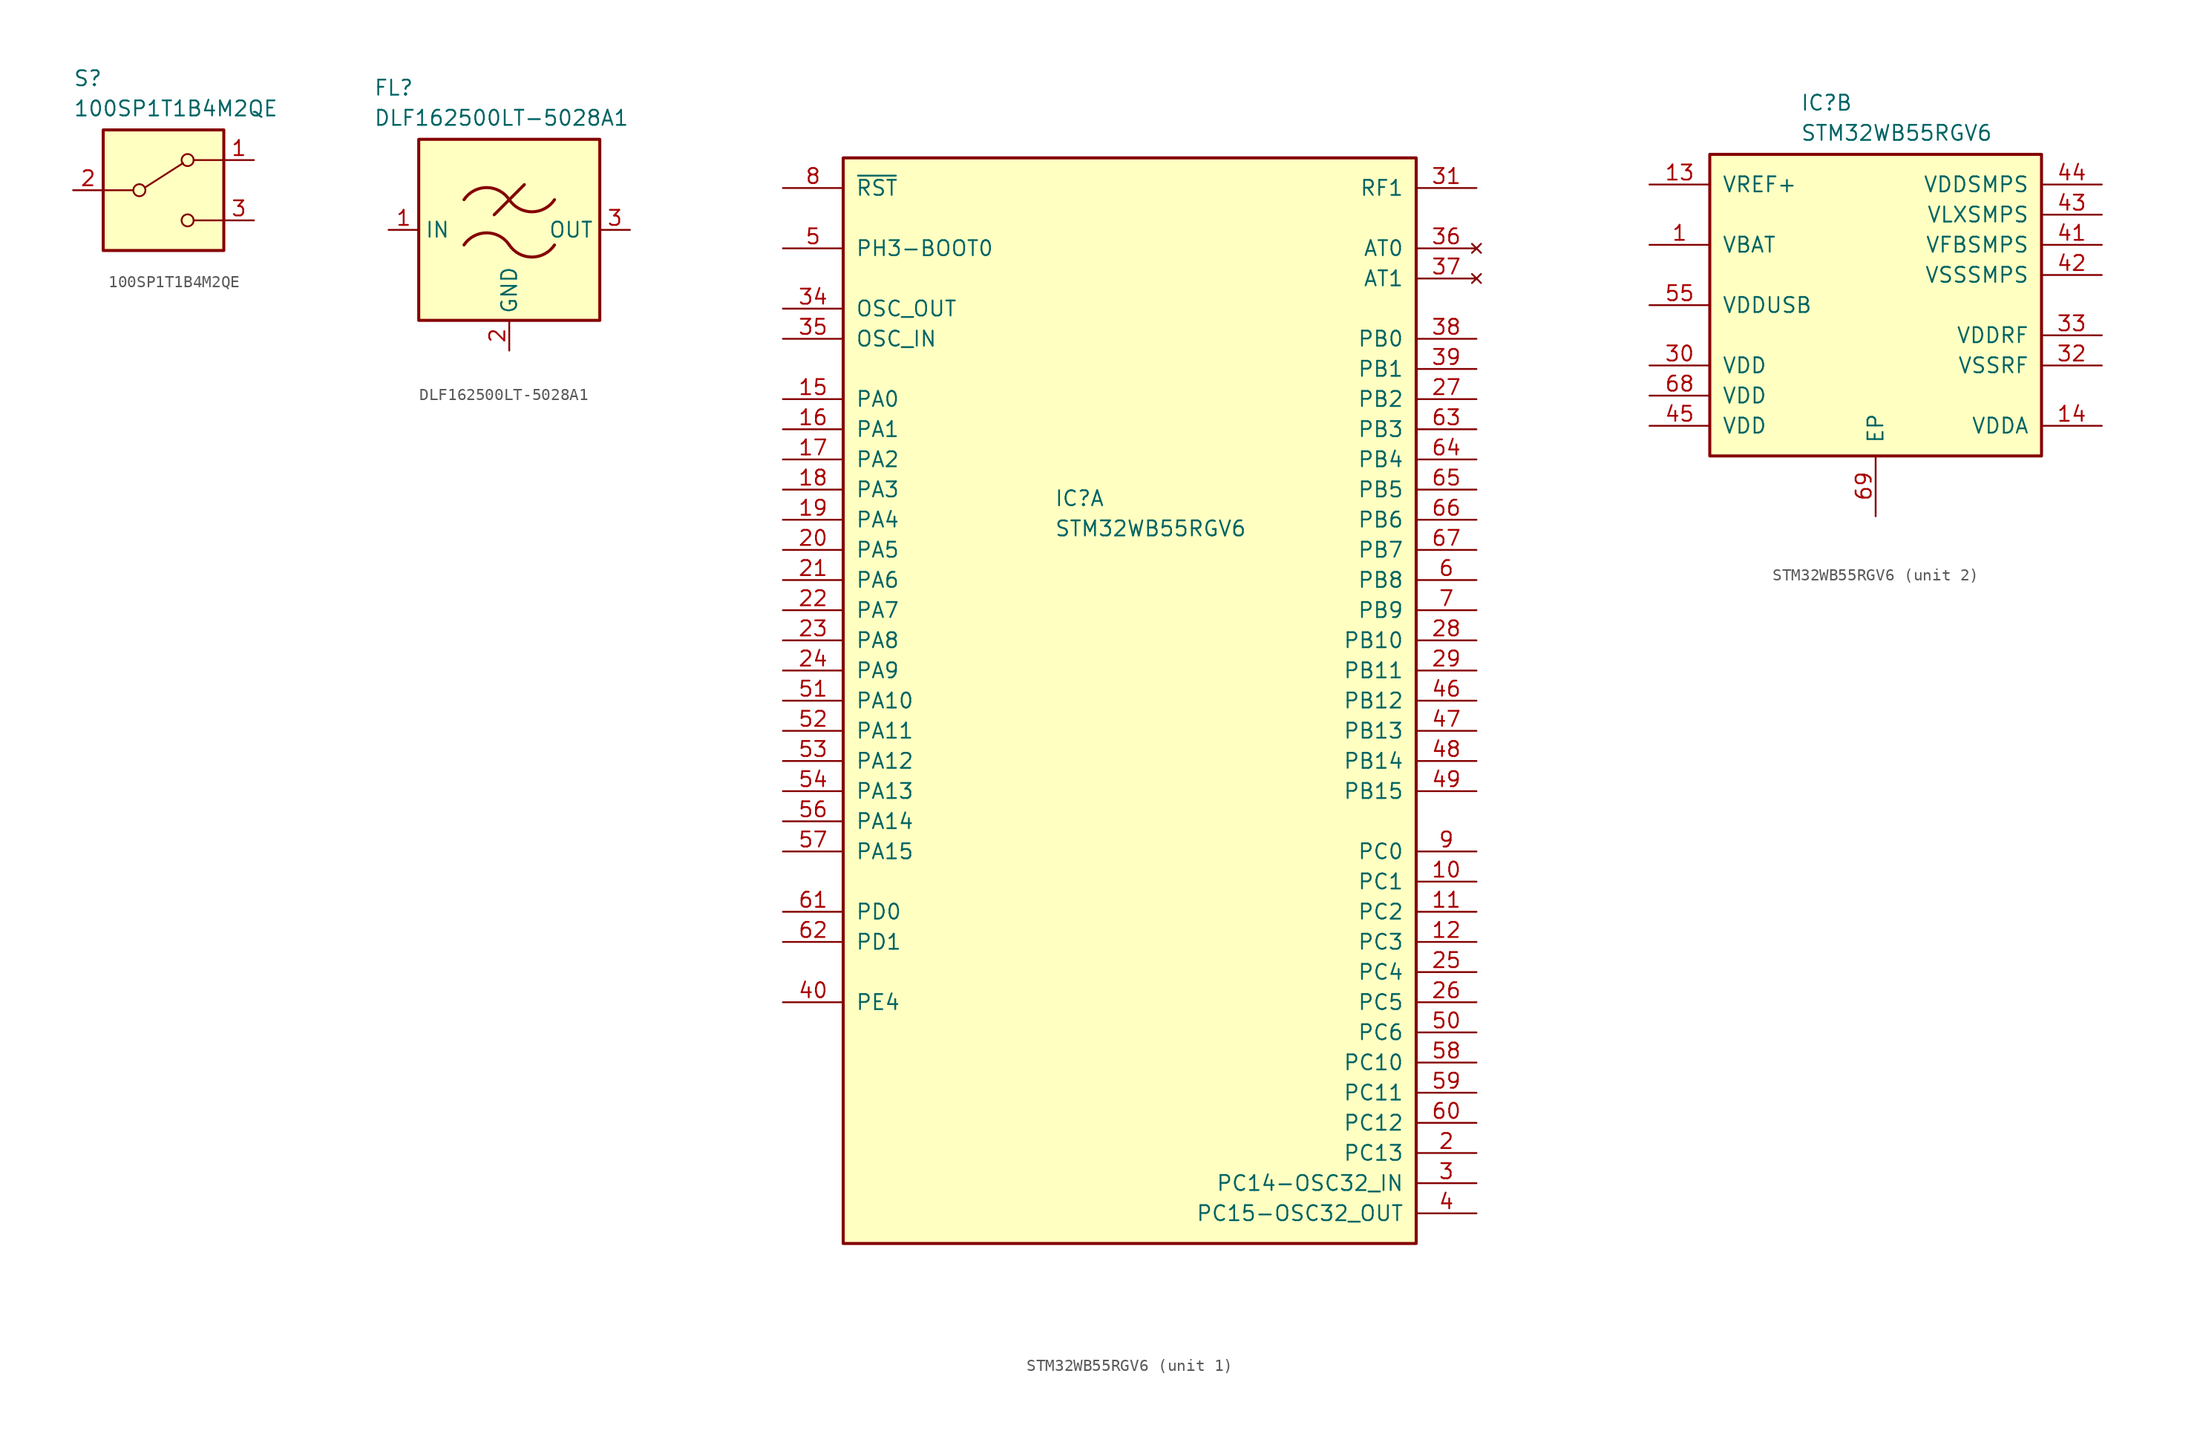
<source format=kicad_sym>
(kicad_symbol_lib
  (version 20220914)
  (generator kicad_symbol_editor)
  (symbol "100SP1T1B4M2QE"
    (pin_names hide)
    (property "Reference" "S"
      (at -7.62 10.16 0)
      (effects (font (size 1.27 1.27)) (justify left top)))
    (property "Value" "100SP1T1B4M2QE"
      (at -7.62 7.62 0)
      (effects (font (size 1.27 1.27)) (justify left top)))
    (symbol "100SP1T1B4M2QE_0_0"
      (circle (center -2.032 0) (radius 0.508) (stroke (width 0) (type default)) (fill (type none)))
      (circle (center 2.032 -2.54) (radius 0.508) (stroke (width 0) (type default)) (fill (type none))))
    (symbol "100SP1T1B4M2QE_0_1"
      (polyline (pts (xy -5.08 0) (xy -2.54 0)) (stroke (width 0) (type default)) (fill (type none)))
      (polyline (pts (xy -1.524 0.254) (xy 1.651 2.286)) (stroke (width 0) (type default)) (fill (type none)))
      (polyline (pts (xy 5.08 -2.54) (xy 2.54 -2.54)) (stroke (width 0) (type default)) (fill (type none)))
      (polyline (pts (xy 5.08 2.54) (xy 2.54 2.54)) (stroke (width 0) (type default)) (fill (type none)))
      (circle (center 2.032 2.54) (radius 0.508) (stroke (width 0) (type default)) (fill (type none))))
    (symbol "100SP1T1B4M2QE_1_1"
      (rectangle (start -5.08 5.08) (end 5.08 -5.08) (stroke (width 0.254) (type default)) (fill (type background)))
      (pin passive line (at 7.62 2.54 180) (length 2.54) (name "A" (effects (font (size 1.27 1.27)))) (number "1" (effects (font (size 1.27 1.27)))))
      (pin passive line (at -7.62 0 0) (length 2.54) (name "B" (effects (font (size 1.27 1.27)))) (number "2" (effects (font (size 1.27 1.27)))))
      (pin passive line (at 7.62 -2.54 180) (length 2.54) (name "C" (effects (font (size 1.27 1.27)))) (number "3" (effects (font (size 1.27 1.27)))))))
  (symbol "DLF162500LT-5028A1"
    (property "Reference" "FL"
      (at -11.43 12.7 0)
      (effects (font (size 1.27 1.27)) (justify left top)))
    (property "Value" "DLF162500LT-5028A1"
      (at -11.43 10.16 0)
      (effects (font (size 1.27 1.27)) (justify left top)))
    (symbol "DLF162500LT-5028A1_0_1"
      (rectangle (start -7.62 7.62) (end 7.62 -7.62) (stroke (width 0.254) (type default)) (fill (type background)))
      (arc (start 0 -1.27) (mid -1.905 -0.2505) (end -3.81 -1.27) (stroke (width 0.254) (type default)) (fill (type none)))
      (arc (start 0 -1.27) (mid 1.905 -2.2895) (end 3.81 -1.27) (stroke (width 0.254) (type default)) (fill (type none)))
      (polyline (pts (xy -1.27 1.27) (xy 1.27 3.81)) (stroke (width 0.254) (type default)) (fill (type none)))
      (arc (start 0 2.54) (mid -1.905 3.5595) (end -3.81 2.54) (stroke (width 0.254) (type default)) (fill (type none)))
      (arc (start 0 2.54) (mid 1.905 1.5205) (end 3.81 2.54) (stroke (width 0.254) (type default)) (fill (type none))))
    (symbol "DLF162500LT-5028A1_1_1"
      (pin passive line (at -10.16 0 0) (length 2.54) (name "IN" (effects (font (size 1.27 1.27)))) (number "1" (effects (font (size 1.27 1.27)))))
      (pin passive line (at 0 -10.16 90) (length 2.54) (name "GND" (effects (font (size 1.27 1.27)))) (number "2" (effects (font (size 1.27 1.27)))))
      (pin passive line (at 10.16 0 180) (length 2.54) (name "OUT" (effects (font (size 1.27 1.27)))) (number "3" (effects (font (size 1.27 1.27)))))
      (pin passive line (at 0 -10.16 90) (length 2.54) hide (name "GND" (effects (font (size 1.27 1.27)))) (number "4" (effects (font (size 1.27 1.27)))))))
  (symbol "STM32WB55RGV6"
    (pin_names
      (offset 1.016))
    (property "Reference" "IC"
      (at -6.35 17.78 0)
      (effects (font (size 1.27 1.27)) (justify left top)))
    (property "Value" "STM32WB55RGV6"
      (at -6.35 15.24 0)
      (effects (font (size 1.27 1.27)) (justify left top)))
    (symbol "STM32WB55RGV6_1_1"
      (rectangle (start -24.13 45.72) (end 24.13 -45.72) (stroke (width 0.254) (type default)) (fill (type background)))
      (pin passive line (at 29.21 -15.24 180) (length 5.08) (name "PC1" (effects (font (size 1.27 1.27)))) (number "10" (effects (font (size 1.27 1.27)))))
      (pin passive line (at 29.21 -17.78 180) (length 5.08) (name "PC2" (effects (font (size 1.27 1.27)))) (number "11" (effects (font (size 1.27 1.27)))))
      (pin passive line (at 29.21 -20.32 180) (length 5.08) (name "PC3" (effects (font (size 1.27 1.27)))) (number "12" (effects (font (size 1.27 1.27)))))
      (pin passive line (at -29.21 25.4 0) (length 5.08) (name "PA0" (effects (font (size 1.27 1.27)))) (number "15" (effects (font (size 1.27 1.27)))))
      (pin passive line (at -29.21 22.86 0) (length 5.08) (name "PA1" (effects (font (size 1.27 1.27)))) (number "16" (effects (font (size 1.27 1.27)))))
      (pin passive line (at -29.21 20.32 0) (length 5.08) (name "PA2" (effects (font (size 1.27 1.27)))) (number "17" (effects (font (size 1.27 1.27)))))
      (pin passive line (at -29.21 17.78 0) (length 5.08) (name "PA3" (effects (font (size 1.27 1.27)))) (number "18" (effects (font (size 1.27 1.27)))))
      (pin passive line (at -29.21 15.24 0) (length 5.08) (name "PA4" (effects (font (size 1.27 1.27)))) (number "19" (effects (font (size 1.27 1.27)))))
      (pin passive line (at 29.21 -38.1 180) (length 5.08) (name "PC13" (effects (font (size 1.27 1.27)))) (number "2" (effects (font (size 1.27 1.27)))))
      (pin passive line (at -29.21 12.7 0) (length 5.08) (name "PA5" (effects (font (size 1.27 1.27)))) (number "20" (effects (font (size 1.27 1.27)))))
      (pin passive line (at -29.21 10.16 0) (length 5.08) (name "PA6" (effects (font (size 1.27 1.27)))) (number "21" (effects (font (size 1.27 1.27)))))
      (pin passive line (at -29.21 7.62 0) (length 5.08) (name "PA7" (effects (font (size 1.27 1.27)))) (number "22" (effects (font (size 1.27 1.27)))))
      (pin passive line (at -29.21 5.08 0) (length 5.08) (name "PA8" (effects (font (size 1.27 1.27)))) (number "23" (effects (font (size 1.27 1.27)))))
      (pin passive line (at -29.21 2.54 0) (length 5.08) (name "PA9" (effects (font (size 1.27 1.27)))) (number "24" (effects (font (size 1.27 1.27)))))
      (pin passive line (at 29.21 -22.86 180) (length 5.08) (name "PC4" (effects (font (size 1.27 1.27)))) (number "25" (effects (font (size 1.27 1.27)))))
      (pin passive line (at 29.21 -25.4 180) (length 5.08) (name "PC5" (effects (font (size 1.27 1.27)))) (number "26" (effects (font (size 1.27 1.27)))))
      (pin passive line (at 29.21 25.4 180) (length 5.08) (name "PB2" (effects (font (size 1.27 1.27)))) (number "27" (effects (font (size 1.27 1.27)))))
      (pin passive line (at 29.21 5.08 180) (length 5.08) (name "PB10" (effects (font (size 1.27 1.27)))) (number "28" (effects (font (size 1.27 1.27)))))
      (pin passive line (at 29.21 2.54 180) (length 5.08) (name "PB11" (effects (font (size 1.27 1.27)))) (number "29" (effects (font (size 1.27 1.27)))))
      (pin passive line (at 29.21 -40.64 180) (length 5.08) (name "PC14-OSC32_IN" (effects (font (size 1.27 1.27)))) (number "3" (effects (font (size 1.27 1.27)))))
      (pin passive line (at 29.21 43.18 180) (length 5.08) (name "RF1" (effects (font (size 1.27 1.27)))) (number "31" (effects (font (size 1.27 1.27)))))
      (pin passive line (at -29.21 33.02 0) (length 5.08) (name "OSC_OUT" (effects (font (size 1.27 1.27)))) (number "34" (effects (font (size 1.27 1.27)))))
      (pin passive line (at -29.21 30.48 0) (length 5.08) (name "OSC_IN" (effects (font (size 1.27 1.27)))) (number "35" (effects (font (size 1.27 1.27)))))
      (pin no_connect line (at 29.21 38.1 180) (length 5.08) (name "AT0" (effects (font (size 1.27 1.27)))) (number "36" (effects (font (size 1.27 1.27)))))
      (pin no_connect line (at 29.21 35.56 180) (length 5.08) (name "AT1" (effects (font (size 1.27 1.27)))) (number "37" (effects (font (size 1.27 1.27)))))
      (pin passive line (at 29.21 30.48 180) (length 5.08) (name "PB0" (effects (font (size 1.27 1.27)))) (number "38" (effects (font (size 1.27 1.27)))))
      (pin passive line (at 29.21 27.94 180) (length 5.08) (name "PB1" (effects (font (size 1.27 1.27)))) (number "39" (effects (font (size 1.27 1.27)))))
      (pin passive line (at 29.21 -43.18 180) (length 5.08) (name "PC15-OSC32_OUT" (effects (font (size 1.27 1.27)))) (number "4" (effects (font (size 1.27 1.27)))))
      (pin passive line (at -29.21 -25.4 0) (length 5.08) (name "PE4" (effects (font (size 1.27 1.27)))) (number "40" (effects (font (size 1.27 1.27)))))
      (pin passive line (at 29.21 0 180) (length 5.08) (name "PB12" (effects (font (size 1.27 1.27)))) (number "46" (effects (font (size 1.27 1.27)))))
      (pin passive line (at 29.21 -2.54 180) (length 5.08) (name "PB13" (effects (font (size 1.27 1.27)))) (number "47" (effects (font (size 1.27 1.27)))))
      (pin passive line (at 29.21 -5.08 180) (length 5.08) (name "PB14" (effects (font (size 1.27 1.27)))) (number "48" (effects (font (size 1.27 1.27)))))
      (pin passive line (at 29.21 -7.62 180) (length 5.08) (name "PB15" (effects (font (size 1.27 1.27)))) (number "49" (effects (font (size 1.27 1.27)))))
      (pin passive line (at -29.21 38.1 0) (length 5.08) (name "PH3-BOOT0" (effects (font (size 1.27 1.27)))) (number "5" (effects (font (size 1.27 1.27)))))
      (pin passive line (at 29.21 -27.94 180) (length 5.08) (name "PC6" (effects (font (size 1.27 1.27)))) (number "50" (effects (font (size 1.27 1.27)))))
      (pin passive line (at -29.21 0 0) (length 5.08) (name "PA10" (effects (font (size 1.27 1.27)))) (number "51" (effects (font (size 1.27 1.27)))))
      (pin passive line (at -29.21 -2.54 0) (length 5.08) (name "PA11" (effects (font (size 1.27 1.27)))) (number "52" (effects (font (size 1.27 1.27)))))
      (pin passive line (at -29.21 -5.08 0) (length 5.08) (name "PA12" (effects (font (size 1.27 1.27)))) (number "53" (effects (font (size 1.27 1.27)))))
      (pin passive line (at -29.21 -7.62 0) (length 5.08) (name "PA13" (effects (font (size 1.27 1.27)))) (number "54" (effects (font (size 1.27 1.27)))))
      (pin passive line (at -29.21 -10.16 0) (length 5.08) (name "PA14" (effects (font (size 1.27 1.27)))) (number "56" (effects (font (size 1.27 1.27)))))
      (pin passive line (at -29.21 -12.7 0) (length 5.08) (name "PA15" (effects (font (size 1.27 1.27)))) (number "57" (effects (font (size 1.27 1.27)))))
      (pin passive line (at 29.21 -30.48 180) (length 5.08) (name "PC10" (effects (font (size 1.27 1.27)))) (number "58" (effects (font (size 1.27 1.27)))))
      (pin passive line (at 29.21 -33.02 180) (length 5.08) (name "PC11" (effects (font (size 1.27 1.27)))) (number "59" (effects (font (size 1.27 1.27)))))
      (pin passive line (at 29.21 10.16 180) (length 5.08) (name "PB8" (effects (font (size 1.27 1.27)))) (number "6" (effects (font (size 1.27 1.27)))))
      (pin passive line (at 29.21 -35.56 180) (length 5.08) (name "PC12" (effects (font (size 1.27 1.27)))) (number "60" (effects (font (size 1.27 1.27)))))
      (pin passive line (at -29.21 -17.78 0) (length 5.08) (name "PD0" (effects (font (size 1.27 1.27)))) (number "61" (effects (font (size 1.27 1.27)))))
      (pin passive line (at -29.21 -20.32 0) (length 5.08) (name "PD1" (effects (font (size 1.27 1.27)))) (number "62" (effects (font (size 1.27 1.27)))))
      (pin passive line (at 29.21 22.86 180) (length 5.08) (name "PB3" (effects (font (size 1.27 1.27)))) (number "63" (effects (font (size 1.27 1.27)))))
      (pin passive line (at 29.21 20.32 180) (length 5.08) (name "PB4" (effects (font (size 1.27 1.27)))) (number "64" (effects (font (size 1.27 1.27)))))
      (pin passive line (at 29.21 17.78 180) (length 5.08) (name "PB5" (effects (font (size 1.27 1.27)))) (number "65" (effects (font (size 1.27 1.27)))))
      (pin passive line (at 29.21 15.24 180) (length 5.08) (name "PB6" (effects (font (size 1.27 1.27)))) (number "66" (effects (font (size 1.27 1.27)))))
      (pin passive line (at 29.21 12.7 180) (length 5.08) (name "PB7" (effects (font (size 1.27 1.27)))) (number "67" (effects (font (size 1.27 1.27)))))
      (pin passive line (at 29.21 7.62 180) (length 5.08) (name "PB9" (effects (font (size 1.27 1.27)))) (number "7" (effects (font (size 1.27 1.27)))))
      (pin passive line (at -29.21 43.18 0) (length 5.08) (name "~{RST}" (effects (font (size 1.27 1.27)))) (number "8" (effects (font (size 1.27 1.27)))))
      (pin passive line (at 29.21 -12.7 180) (length 5.08) (name "PC0" (effects (font (size 1.27 1.27)))) (number "9" (effects (font (size 1.27 1.27))))))
    (symbol "STM32WB55RGV6_2_1"
      (rectangle (start -13.97 12.7) (end 13.97 -12.7) (stroke (width 0.254) (type default)) (fill (type background)))
      (pin passive line (at -19.05 5.08 0) (length 5.08) (name "VBAT" (effects (font (size 1.27 1.27)))) (number "1" (effects (font (size 1.27 1.27)))))
      (pin passive line (at -19.05 10.16 0) (length 5.08) (name "VREF+" (effects (font (size 1.27 1.27)))) (number "13" (effects (font (size 1.27 1.27)))))
      (pin passive line (at 19.05 -10.16 180) (length 5.08) (name "VDDA" (effects (font (size 1.27 1.27)))) (number "14" (effects (font (size 1.27 1.27)))))
      (pin passive line (at -19.05 -5.08 0) (length 5.08) (name "VDD" (effects (font (size 1.27 1.27)))) (number "30" (effects (font (size 1.27 1.27)))))
      (pin passive line (at 19.05 -5.08 180) (length 5.08) (name "VSSRF" (effects (font (size 1.27 1.27)))) (number "32" (effects (font (size 1.27 1.27)))))
      (pin passive line (at 19.05 -2.54 180) (length 5.08) (name "VDDRF" (effects (font (size 1.27 1.27)))) (number "33" (effects (font (size 1.27 1.27)))))
      (pin passive line (at 19.05 5.08 180) (length 5.08) (name "VFBSMPS" (effects (font (size 1.27 1.27)))) (number "41" (effects (font (size 1.27 1.27)))))
      (pin passive line (at 19.05 2.54 180) (length 5.08) (name "VSSSMPS" (effects (font (size 1.27 1.27)))) (number "42" (effects (font (size 1.27 1.27)))))
      (pin passive line (at 19.05 7.62 180) (length 5.08) (name "VLXSMPS" (effects (font (size 1.27 1.27)))) (number "43" (effects (font (size 1.27 1.27)))))
      (pin passive line (at 19.05 10.16 180) (length 5.08) (name "VDDSMPS" (effects (font (size 1.27 1.27)))) (number "44" (effects (font (size 1.27 1.27)))))
      (pin passive line (at -19.05 -10.16 0) (length 5.08) (name "VDD" (effects (font (size 1.27 1.27)))) (number "45" (effects (font (size 1.27 1.27)))))
      (pin passive line (at -19.05 0 0) (length 5.08) (name "VDDUSB" (effects (font (size 1.27 1.27)))) (number "55" (effects (font (size 1.27 1.27)))))
      (pin passive line (at -19.05 -7.62 0) (length 5.08) (name "VDD" (effects (font (size 1.27 1.27)))) (number "68" (effects (font (size 1.27 1.27)))))
      (pin passive line (at 0 -17.78 90) (length 5.08) (name "EP" (effects (font (size 1.27 1.27)))) (number "69" (effects (font (size 1.27 1.27))))))))
</source>
